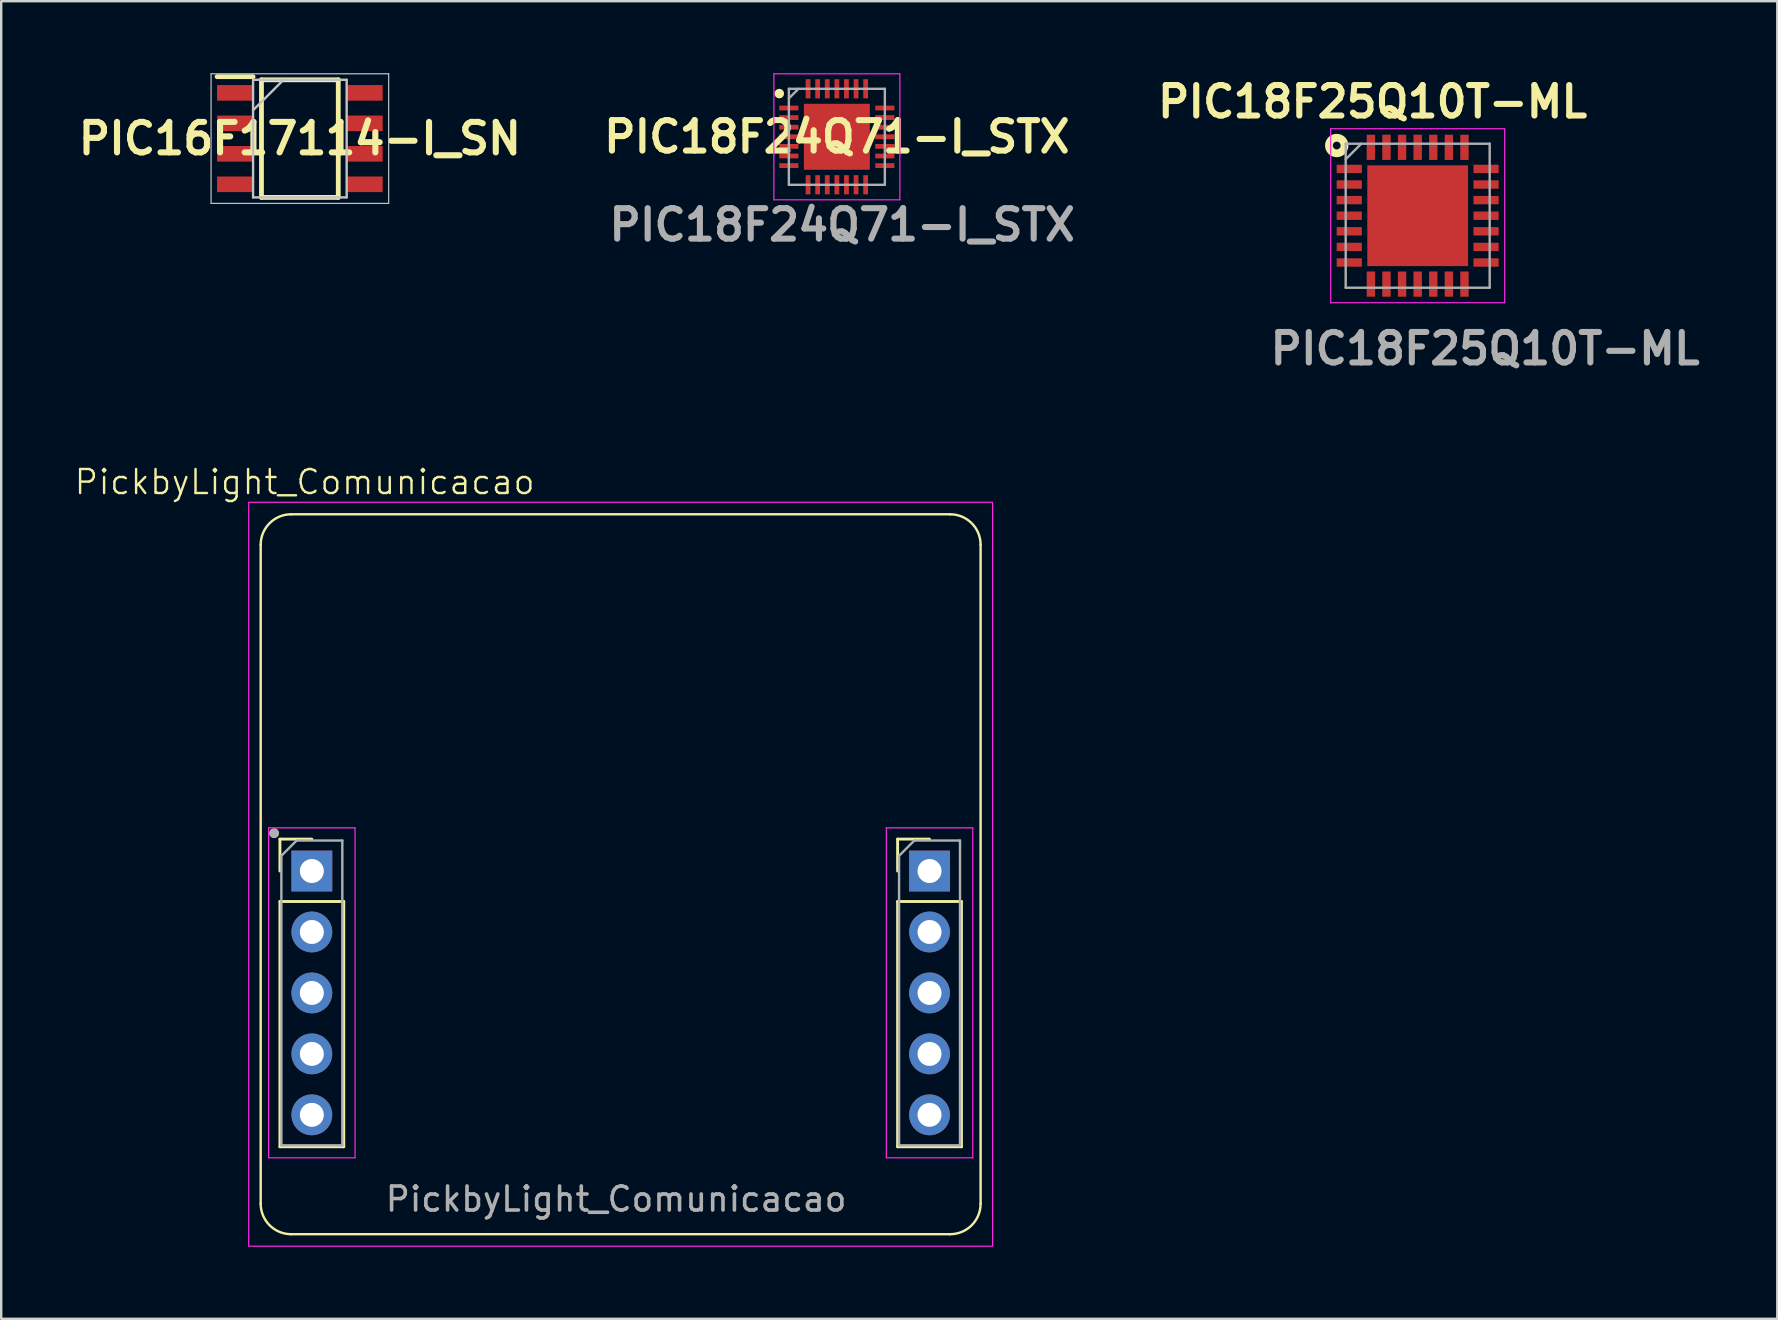
<source format=kicad_pcb>
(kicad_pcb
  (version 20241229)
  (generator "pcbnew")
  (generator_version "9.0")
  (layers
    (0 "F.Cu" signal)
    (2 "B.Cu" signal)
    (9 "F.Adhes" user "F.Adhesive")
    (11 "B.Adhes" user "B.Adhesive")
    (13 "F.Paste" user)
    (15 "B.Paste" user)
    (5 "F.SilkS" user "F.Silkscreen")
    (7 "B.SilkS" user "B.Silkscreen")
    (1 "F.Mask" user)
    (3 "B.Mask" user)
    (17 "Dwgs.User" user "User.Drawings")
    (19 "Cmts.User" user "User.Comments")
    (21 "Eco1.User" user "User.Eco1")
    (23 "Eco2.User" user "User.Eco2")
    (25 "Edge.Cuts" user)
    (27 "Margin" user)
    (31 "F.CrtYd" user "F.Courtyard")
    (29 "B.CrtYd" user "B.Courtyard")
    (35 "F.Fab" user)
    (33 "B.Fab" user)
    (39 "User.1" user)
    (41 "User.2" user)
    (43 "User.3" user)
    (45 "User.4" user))
  (footprint "PIC18F25Q10T-ML"
    (layer "F.Cu")
    (at 56.027 5.939)
    (property "Reference" "PIC18F25Q10T-ML" (at -1.88 -4.75 0) (layer "F.SilkS") (effects (font (size 1.27 1.27) (thickness 0.254))))
    (attr smd)
    (fp_circle (center -3.374 -2.925) (end -3.374 -2.763) (stroke (width 0.325) (type solid)) (fill no) (layer "F.SilkS"))
    (fp_line (start -3.625 -3.625) (end 3.625 -3.625) (stroke (width 0.05) (type solid)) (layer "F.CrtYd"))
    (fp_line (start -3.625 3.625) (end -3.625 -3.625) (stroke (width 0.05) (type solid)) (layer "F.CrtYd"))
    (fp_line (start 3.625 -3.625) (end 3.625 3.625) (stroke (width 0.05) (type solid)) (layer "F.CrtYd"))
    (fp_line (start 3.625 3.625) (end -3.625 3.625) (stroke (width 0.05) (type solid)) (layer "F.CrtYd"))
    (fp_line (start -3 -3) (end 3 -3) (stroke (width 0.1) (type solid)) (layer "F.Fab"))
    (fp_line (start -3 -2.35) (end -2.35 -3) (stroke (width 0.1) (type solid)) (layer "F.Fab"))
    (fp_line (start -3 3) (end -3 -3) (stroke (width 0.1) (type solid)) (layer "F.Fab"))
    (fp_line (start 3 -3) (end 3 3) (stroke (width 0.1) (type solid)) (layer "F.Fab"))
    (fp_line (start 3 3) (end -3 3) (stroke (width 0.1) (type solid)) (layer "F.Fab"))
    (fp_text user "${REFERENCE}" (at 2.81 5.54 0) (layer "F.Fab") (effects (font (size 1.27 1.27) (thickness 0.254))))
    (pad "1" smd rect (at -2.85 -1.95 90) (size 0.35 1.05) (layers "F.Cu" "F.Mask" "F.Paste"))
    (pad "2" smd rect (at -2.85 -1.3 90) (size 0.35 1.05) (layers "F.Cu" "F.Mask" "F.Paste"))
    (pad "3" smd rect (at -2.85 -0.65 90) (size 0.35 1.05) (layers "F.Cu" "F.Mask" "F.Paste"))
    (pad "4" smd rect (at -2.85 0 90) (size 0.35 1.05) (layers "F.Cu" "F.Mask" "F.Paste"))
    (pad "5" smd rect (at -2.85 0.65 90) (size 0.35 1.05) (layers "F.Cu" "F.Mask" "F.Paste"))
    (pad "6" smd rect (at -2.85 1.3 90) (size 0.35 1.05) (layers "F.Cu" "F.Mask" "F.Paste"))
    (pad "7" smd rect (at -2.85 1.95 90) (size 0.35 1.05) (layers "F.Cu" "F.Mask" "F.Paste"))
    (pad "8" smd rect (at -1.95 2.85) (size 0.35 1.05) (layers "F.Cu" "F.Mask" "F.Paste"))
    (pad "9" smd rect (at -1.3 2.85) (size 0.35 1.05) (layers "F.Cu" "F.Mask" "F.Paste"))
    (pad "10" smd rect (at -0.65 2.85) (size 0.35 1.05) (layers "F.Cu" "F.Mask" "F.Paste"))
    (pad "11" smd rect (at 0 2.85) (size 0.35 1.05) (layers "F.Cu" "F.Mask" "F.Paste"))
    (pad "12" smd rect (at 0.65 2.85) (size 0.35 1.05) (layers "F.Cu" "F.Mask" "F.Paste"))
    (pad "13" smd rect (at 1.3 2.85) (size 0.35 1.05) (layers "F.Cu" "F.Mask" "F.Paste"))
    (pad "14" smd rect (at 1.95 2.85) (size 0.35 1.05) (layers "F.Cu" "F.Mask" "F.Paste"))
    (pad "15" smd rect (at 2.85 1.95 90) (size 0.35 1.05) (layers "F.Cu" "F.Mask" "F.Paste"))
    (pad "16" smd rect (at 2.85 1.3 90) (size 0.35 1.05) (layers "F.Cu" "F.Mask" "F.Paste"))
    (pad "17" smd rect (at 2.85 0.65 90) (size 0.35 1.05) (layers "F.Cu" "F.Mask" "F.Paste"))
    (pad "18" smd rect (at 2.85 0 90) (size 0.35 1.05) (layers "F.Cu" "F.Mask" "F.Paste"))
    (pad "19" smd rect (at 2.85 -0.65 90) (size 0.35 1.05) (layers "F.Cu" "F.Mask" "F.Paste"))
    (pad "20" smd rect (at 2.85 -1.3 90) (size 0.35 1.05) (layers "F.Cu" "F.Mask" "F.Paste"))
    (pad "21" smd rect (at 2.85 -1.95 90) (size 0.35 1.05) (layers "F.Cu" "F.Mask" "F.Paste"))
    (pad "22" smd rect (at 1.95 -2.85) (size 0.35 1.05) (layers "F.Cu" "F.Mask" "F.Paste"))
    (pad "23" smd rect (at 1.3 -2.85) (size 0.35 1.05) (layers "F.Cu" "F.Mask" "F.Paste"))
    (pad "24" smd rect (at 0.65 -2.85) (size 0.35 1.05) (layers "F.Cu" "F.Mask" "F.Paste"))
    (pad "25" smd rect (at 0 -2.85) (size 0.35 1.05) (layers "F.Cu" "F.Mask" "F.Paste"))
    (pad "26" smd rect (at -0.65 -2.85) (size 0.35 1.05) (layers "F.Cu" "F.Mask" "F.Paste"))
    (pad "27" smd rect (at -1.3 -2.85) (size 0.35 1.05) (layers "F.Cu" "F.Mask" "F.Paste"))
    (pad "28" smd rect (at -1.95 -2.85) (size 0.35 1.05) (layers "F.Cu" "F.Mask" "F.Paste"))
    (pad "29" smd rect (at 0 0) (size 4.2 4.2) (layers "F.Cu" "F.Mask" "F.Paste")))
  (footprint "PIC16F17114-I_SN"
    (layer "F.Cu")
    (at 9.446 2.725)
    (property "Reference" "PIC16F17114-I_SN" (at 0 0 0) (unlocked yes) (layer "F.SilkS") (effects (font (size 1.27 1.27) (thickness 0.254))))
    (attr smd)
    (fp_line (start -3.45 -2.58) (end -1.95 -2.58) (stroke (width 0.2) (type solid)) (layer "F.SilkS"))
    (fp_line (start -1.6 -2.45) (end 1.6 -2.45) (stroke (width 0.2) (type solid)) (layer "F.SilkS"))
    (fp_line (start -1.6 2.45) (end -1.6 -2.45) (stroke (width 0.2) (type solid)) (layer "F.SilkS"))
    (fp_line (start 1.6 -2.45) (end 1.6 2.45) (stroke (width 0.2) (type solid)) (layer "F.SilkS"))
    (fp_line (start 1.6 2.45) (end -1.6 2.45) (stroke (width 0.2) (type solid)) (layer "F.SilkS"))
    (fp_line (start -3.7 -2.7) (end 3.7 -2.7) (stroke (width 0.05) (type solid)) (layer "Dwgs.User"))
    (fp_line (start -3.7 2.7) (end -3.7 -2.7) (stroke (width 0.05) (type solid)) (layer "Dwgs.User"))
    (fp_line (start -1.95 -2.45) (end 1.95 -2.45) (stroke (width 0.1) (type solid)) (layer "Dwgs.User"))
    (fp_line (start -1.95 -1.18) (end -0.68 -2.45) (stroke (width 0.1) (type solid)) (layer "Dwgs.User"))
    (fp_line (start -1.95 2.45) (end -1.95 -2.45) (stroke (width 0.1) (type solid)) (layer "Dwgs.User"))
    (fp_line (start 1.95 -2.45) (end 1.95 2.45) (stroke (width 0.1) (type solid)) (layer "Dwgs.User"))
    (fp_line (start 1.95 2.45) (end -1.95 2.45) (stroke (width 0.1) (type solid)) (layer "Dwgs.User"))
    (fp_line (start 3.7 -2.7) (end 3.7 2.7) (stroke (width 0.05) (type solid)) (layer "Dwgs.User"))
    (fp_line (start 3.7 2.7) (end -3.7 2.7) (stroke (width 0.05) (type solid)) (layer "Dwgs.User"))
    (pad "1" smd rect (at -2.7 -1.905 90) (size 0.65 1.5) (layers "F.Cu" "F.Mask" "F.Paste"))
    (pad "2" smd rect (at -2.7 -0.635 90) (size 0.65 1.5) (layers "F.Cu" "F.Mask" "F.Paste"))
    (pad "3" smd rect (at -2.7 0.635 90) (size 0.65 1.5) (layers "F.Cu" "F.Mask" "F.Paste"))
    (pad "4" smd rect (at -2.7 1.905 90) (size 0.65 1.5) (layers "F.Cu" "F.Mask" "F.Paste"))
    (pad "5" smd rect (at 2.7 1.905 90) (size 0.65 1.5) (layers "F.Cu" "F.Mask" "F.Paste"))
    (pad "6" smd rect (at 2.7 0.635 90) (size 0.65 1.5) (layers "F.Cu" "F.Mask" "F.Paste"))
    (pad "7" smd rect (at 2.7 -0.635 90) (size 0.65 1.5) (layers "F.Cu" "F.Mask" "F.Paste"))
    (pad "8" smd rect (at 2.7 -1.905 90) (size 0.65 1.5) (layers "F.Cu" "F.Mask" "F.Paste")))
  (footprint "PIC18F24Q71-I_STX"
    (layer "F.Cu")
    (at 31.823 2.65)
    (property "Reference" "PIC18F24Q71-I_STX" (at 0 0 0) (layer "F.SilkS") (effects (font (size 1.27 1.27) (thickness 0.254))))
    (attr smd)
    (fp_circle (center -2.4 -1.8) (end -2.4 -1.7) (stroke (width 0.2) (type solid)) (fill no) (layer "F.SilkS"))
    (fp_line (start -2.625 -2.625) (end 2.625 -2.625) (stroke (width 0.05) (type solid)) (layer "F.CrtYd"))
    (fp_line (start -2.625 2.625) (end -2.625 -2.625) (stroke (width 0.05) (type solid)) (layer "F.CrtYd"))
    (fp_line (start 2.625 -2.625) (end 2.625 2.625) (stroke (width 0.05) (type solid)) (layer "F.CrtYd"))
    (fp_line (start 2.625 2.625) (end -2.625 2.625) (stroke (width 0.05) (type solid)) (layer "F.CrtYd"))
    (fp_line (start -2 -2) (end 2 -2) (stroke (width 0.1) (type solid)) (layer "F.Fab"))
    (fp_line (start -2 -1.6) (end -1.6 -2) (stroke (width 0.1) (type solid)) (layer "F.Fab"))
    (fp_line (start -2 2) (end -2 -2) (stroke (width 0.1) (type solid)) (layer "F.Fab"))
    (fp_line (start 2 -2) (end 2 2) (stroke (width 0.1) (type solid)) (layer "F.Fab"))
    (fp_line (start 2 2) (end -2 2) (stroke (width 0.1) (type solid)) (layer "F.Fab"))
    (fp_text user "${REFERENCE}" (at 0.22 3.67 0) (layer "F.Fab") (effects (font (size 1.27 1.27) (thickness 0.254))))
    (pad "1" smd rect (at -2 -1.2 90) (size 0.2 0.8) (layers "F.Cu" "F.Mask" "F.Paste"))
    (pad "2" smd rect (at -2 -0.8 90) (size 0.2 0.8) (layers "F.Cu" "F.Mask" "F.Paste"))
    (pad "3" smd rect (at -2 -0.4 90) (size 0.2 0.8) (layers "F.Cu" "F.Mask" "F.Paste"))
    (pad "4" smd rect (at -2 0 90) (size 0.2 0.8) (layers "F.Cu" "F.Mask" "F.Paste"))
    (pad "5" smd rect (at -2 0.4 90) (size 0.2 0.8) (layers "F.Cu" "F.Mask" "F.Paste"))
    (pad "6" smd rect (at -2 0.8 90) (size 0.2 0.8) (layers "F.Cu" "F.Mask" "F.Paste"))
    (pad "7" smd rect (at -2 1.2 90) (size 0.2 0.8) (layers "F.Cu" "F.Mask" "F.Paste"))
    (pad "8" smd rect (at -1.2 2) (size 0.2 0.8) (layers "F.Cu" "F.Mask" "F.Paste"))
    (pad "9" smd rect (at -0.8 2) (size 0.2 0.8) (layers "F.Cu" "F.Mask" "F.Paste"))
    (pad "10" smd rect (at -0.4 2) (size 0.2 0.8) (layers "F.Cu" "F.Mask" "F.Paste"))
    (pad "11" smd rect (at 0 2) (size 0.2 0.8) (layers "F.Cu" "F.Mask" "F.Paste"))
    (pad "12" smd rect (at 0.4 2) (size 0.2 0.8) (layers "F.Cu" "F.Mask" "F.Paste"))
    (pad "13" smd rect (at 0.8 2) (size 0.2 0.8) (layers "F.Cu" "F.Mask" "F.Paste"))
    (pad "14" smd rect (at 1.2 2) (size 0.2 0.8) (layers "F.Cu" "F.Mask" "F.Paste"))
    (pad "15" smd rect (at 2 1.2 90) (size 0.2 0.8) (layers "F.Cu" "F.Mask" "F.Paste"))
    (pad "16" smd rect (at 2 0.8 90) (size 0.2 0.8) (layers "F.Cu" "F.Mask" "F.Paste"))
    (pad "17" smd rect (at 2 0.4 90) (size 0.2 0.8) (layers "F.Cu" "F.Mask" "F.Paste"))
    (pad "18" smd rect (at 2 0 90) (size 0.2 0.8) (layers "F.Cu" "F.Mask" "F.Paste"))
    (pad "19" smd rect (at 2 -0.4 90) (size 0.2 0.8) (layers "F.Cu" "F.Mask" "F.Paste"))
    (pad "20" smd rect (at 2 -0.8 90) (size 0.2 0.8) (layers "F.Cu" "F.Mask" "F.Paste"))
    (pad "21" smd rect (at 2 -1.2 90) (size 0.2 0.8) (layers "F.Cu" "F.Mask" "F.Paste"))
    (pad "22" smd rect (at 1.2 -2) (size 0.2 0.8) (layers "F.Cu" "F.Mask" "F.Paste"))
    (pad "23" smd rect (at 0.8 -2) (size 0.2 0.8) (layers "F.Cu" "F.Mask" "F.Paste"))
    (pad "24" smd rect (at 0.4 -2) (size 0.2 0.8) (layers "F.Cu" "F.Mask" "F.Paste"))
    (pad "25" smd rect (at 0 -2) (size 0.2 0.8) (layers "F.Cu" "F.Mask" "F.Paste"))
    (pad "26" smd rect (at -0.4 -2) (size 0.2 0.8) (layers "F.Cu" "F.Mask" "F.Paste"))
    (pad "27" smd rect (at -0.8 -2) (size 0.2 0.8) (layers "F.Cu" "F.Mask" "F.Paste"))
    (pad "28" smd rect (at -1.2 -2) (size 0.2 0.8) (layers "F.Cu" "F.Mask" "F.Paste"))
    (pad "29" smd rect (at 0 0) (size 2.75 2.75) (layers "F.Cu" "F.Mask" "F.Paste")))
  (footprint "PickbyLight_Comunicacao"
    (layer "F.Cu")
    (at 6.605 15.917)
    (property "Reference" "PickbyLight_Comunicacao" (at 3.04 1.12 0) (unlocked yes) (layer "F.SilkS") (effects (font (size 1 1) (thickness 0.1))))
    (attr through_hole)
    (fp_line (start 1.208 3.734) (end 1.208 31.194) (stroke (width 0.1) (type default)) (layer "F.SilkS"))
    (fp_line (start 2.01 16) (end 3.34 16) (stroke (width 0.12) (type solid)) (layer "F.SilkS"))
    (fp_line (start 2.01 17.33) (end 2.01 16) (stroke (width 0.12) (type solid)) (layer "F.SilkS"))
    (fp_line (start 2.01 18.6) (end 2.01 28.82) (stroke (width 0.12) (type solid)) (layer "F.SilkS"))
    (fp_line (start 2.01 18.6) (end 4.67 18.6) (stroke (width 0.12) (type solid)) (layer "F.SilkS"))
    (fp_line (start 2.01 28.82) (end 4.67 28.82) (stroke (width 0.12) (type solid)) (layer "F.SilkS"))
    (fp_line (start 2.478 32.464) (end 29.938 32.464) (stroke (width 0.1) (type default)) (layer "F.SilkS"))
    (fp_line (start 4.67 18.6) (end 4.67 28.82) (stroke (width 0.12) (type solid)) (layer "F.SilkS"))
    (fp_line (start 27.75 16) (end 29.08 16) (stroke (width 0.12) (type solid)) (layer "F.SilkS"))
    (fp_line (start 27.75 17.33) (end 27.75 16) (stroke (width 0.12) (type solid)) (layer "F.SilkS"))
    (fp_line (start 27.75 18.6) (end 27.75 28.82) (stroke (width 0.12) (type solid)) (layer "F.SilkS"))
    (fp_line (start 27.75 18.6) (end 30.41 18.6) (stroke (width 0.12) (type solid)) (layer "F.SilkS"))
    (fp_line (start 27.75 28.82) (end 30.41 28.82) (stroke (width 0.12) (type solid)) (layer "F.SilkS"))
    (fp_line (start 29.938 2.464) (end 2.478 2.464) (stroke (width 0.1) (type default)) (layer "F.SilkS"))
    (fp_line (start 30.41 18.6) (end 30.41 28.82) (stroke (width 0.12) (type solid)) (layer "F.SilkS"))
    (fp_line (start 31.208 31.194) (end 31.208 3.734) (stroke (width 0.1) (type default)) (layer "F.SilkS"))
    (fp_arc (start 1.208 3.734) (mid 1.579974 2.835974) (end 2.478 2.464) (stroke (width 0.1) (type default)) (layer "F.SilkS"))
    (fp_arc (start 2.478 32.464) (mid 1.579974 32.092026) (end 1.208 31.194) (stroke (width 0.1) (type default)) (layer "F.SilkS"))
    (fp_arc (start 29.938 2.464) (mid 30.836026 2.835974) (end 31.208 3.734) (stroke (width 0.1) (type default)) (layer "F.SilkS"))
    (fp_arc (start 31.208 31.194) (mid 30.836026 32.092026) (end 29.938 32.464) (stroke (width 0.1) (type default)) (layer "F.SilkS"))
    (fp_circle (center 1.768 15.754) (end 1.868 15.754) (stroke (width 0.2) (type solid)) (fill no) (layer "F.SilkS"))
    (fp_line (start 1.54 15.53) (end 1.54 29.28) (stroke (width 0.05) (type solid)) (layer "F.CrtYd"))
    (fp_line (start 1.54 29.28) (end 5.14 29.28) (stroke (width 0.05) (type solid)) (layer "F.CrtYd"))
    (fp_line (start 5.14 15.53) (end 1.54 15.53) (stroke (width 0.05) (type solid)) (layer "F.CrtYd"))
    (fp_line (start 5.14 29.28) (end 5.14 15.53) (stroke (width 0.05) (type solid)) (layer "F.CrtYd"))
    (fp_line (start 27.28 15.53) (end 27.28 29.28) (stroke (width 0.05) (type solid)) (layer "F.CrtYd"))
    (fp_line (start 27.28 29.28) (end 30.88 29.28) (stroke (width 0.05) (type solid)) (layer "F.CrtYd"))
    (fp_line (start 30.88 15.53) (end 27.28 15.53) (stroke (width 0.05) (type solid)) (layer "F.CrtYd"))
    (fp_line (start 30.88 29.28) (end 30.88 15.53) (stroke (width 0.05) (type solid)) (layer "F.CrtYd"))
    (fp_rect (start 0.708 1.964) (end 31.708 32.964) (stroke (width 0.05) (type default)) (fill no) (layer "F.CrtYd"))
    (fp_line (start 2.07 16.695) (end 2.705 16.06) (stroke (width 0.1) (type solid)) (layer "F.Fab"))
    (fp_line (start 2.07 28.76) (end 2.07 16.695) (stroke (width 0.1) (type solid)) (layer "F.Fab"))
    (fp_line (start 2.705 16.06) (end 4.61 16.06) (stroke (width 0.1) (type solid)) (layer "F.Fab"))
    (fp_line (start 4.61 16.06) (end 4.61 28.76) (stroke (width 0.1) (type solid)) (layer "F.Fab"))
    (fp_line (start 4.61 28.76) (end 2.07 28.76) (stroke (width 0.1) (type solid)) (layer "F.Fab"))
    (fp_line (start 27.81 16.695) (end 28.445 16.06) (stroke (width 0.1) (type solid)) (layer "F.Fab"))
    (fp_line (start 27.81 28.76) (end 27.81 16.695) (stroke (width 0.1) (type solid)) (layer "F.Fab"))
    (fp_line (start 28.445 16.06) (end 30.35 16.06) (stroke (width 0.1) (type solid)) (layer "F.Fab"))
    (fp_line (start 30.35 16.06) (end 30.35 28.76) (stroke (width 0.1) (type solid)) (layer "F.Fab"))
    (fp_line (start 30.35 28.76) (end 27.81 28.76) (stroke (width 0.1) (type solid)) (layer "F.Fab"))
    (fp_circle (center 1.768 15.754) (end 1.868 15.754) (stroke (width 0.2) (type solid)) (fill no) (layer "F.Fab"))
    (fp_text user "${REFERENCE}" (at 16.02 31 0) (unlocked yes) (layer "F.Fab") (effects (font (size 1 1) (thickness 0.15))))
    (pad "1" thru_hole rect (at 3.34 17.33) (size 1.7 1.7) (drill 1) (layers "*.Cu" "*.Mask"))
    (pad "2" thru_hole oval (at 3.34 19.87) (size 1.7 1.7) (drill 1) (layers "*.Cu" "*.Mask"))
    (pad "3" thru_hole oval (at 3.34 22.41) (size 1.7 1.7) (drill 1) (layers "*.Cu" "*.Mask"))
    (pad "4" thru_hole oval (at 3.34 24.95) (size 1.7 1.7) (drill 1) (layers "*.Cu" "*.Mask"))
    (pad "5" thru_hole oval (at 3.34 27.49) (size 1.7 1.7) (drill 1) (layers "*.Cu" "*.Mask"))
    (pad "6" thru_hole oval (at 29.08 27.49) (size 1.7 1.7) (drill 1) (layers "*.Cu" "*.Mask"))
    (pad "7" thru_hole oval (at 29.08 24.95) (size 1.7 1.7) (drill 1) (layers "*.Cu" "*.Mask"))
    (pad "8" thru_hole oval (at 29.08 22.41) (size 1.7 1.7) (drill 1) (layers "*.Cu" "*.Mask"))
    (pad "9" thru_hole oval (at 29.08 19.87) (size 1.7 1.7) (drill 1) (layers "*.Cu" "*.Mask"))
    (pad "10" thru_hole rect (at 29.08 17.33) (size 1.7 1.7) (drill 1) (layers "*.Cu" "*.Mask")))
  (gr_rect
    (start -3 -3)
    (end 71.012 51.906)
    (stroke (width 0.1) (type default))
    (fill no)
    (layer "Edge.Cuts")))
</source>
